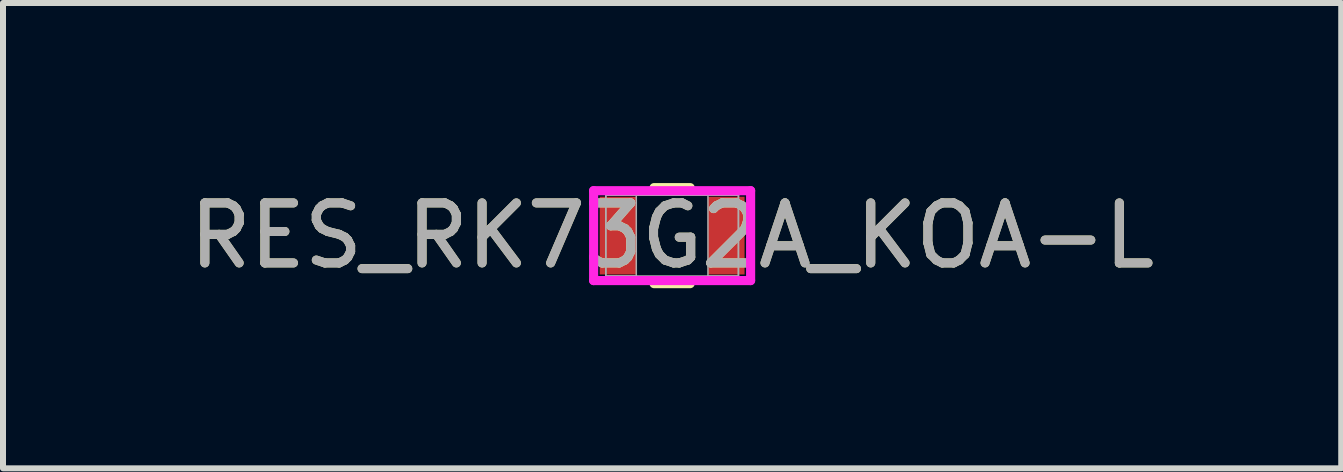
<source format=kicad_pcb>
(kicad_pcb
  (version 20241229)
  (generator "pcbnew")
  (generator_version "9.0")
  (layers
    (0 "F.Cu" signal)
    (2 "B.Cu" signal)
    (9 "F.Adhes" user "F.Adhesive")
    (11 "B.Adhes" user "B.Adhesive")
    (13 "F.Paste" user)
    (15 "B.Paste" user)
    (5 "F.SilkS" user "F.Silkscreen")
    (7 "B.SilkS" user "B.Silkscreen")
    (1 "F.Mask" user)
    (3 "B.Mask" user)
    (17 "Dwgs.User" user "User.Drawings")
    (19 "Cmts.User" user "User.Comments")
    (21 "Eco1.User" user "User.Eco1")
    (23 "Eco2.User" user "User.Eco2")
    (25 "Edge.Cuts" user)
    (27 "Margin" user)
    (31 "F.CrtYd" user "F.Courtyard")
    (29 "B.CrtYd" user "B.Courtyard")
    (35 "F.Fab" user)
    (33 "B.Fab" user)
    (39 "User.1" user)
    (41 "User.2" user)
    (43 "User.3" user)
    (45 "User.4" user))
  (footprint "RES_RK73G2A_KOA-L"
    (layer "F.Cu")
    (at 8.149 0.876)
    (property "Reference" "RES_RK73G2A_KOA-L" (at 0 0 0) (unlocked yes) (layer "F.SilkS") (effects (font (size 1 1) (thickness 0.15))))
    (attr smd)
    (fp_line (start -0.301 0.8) (end 0.301 0.8) (stroke (width 0.152) (type solid)) (layer "F.SilkS"))
    (fp_line (start 0.301 -0.8) (end -0.301 -0.8) (stroke (width 0.152) (type solid)) (layer "F.SilkS"))
    (fp_line (start -1.308 -0.749) (end 1.308 -0.749) (stroke (width 0.152) (type solid)) (layer "F.CrtYd"))
    (fp_line (start -1.308 0.749) (end -1.308 -0.749) (stroke (width 0.152) (type solid)) (layer "F.CrtYd"))
    (fp_line (start 1.308 -0.749) (end 1.308 0.749) (stroke (width 0.152) (type solid)) (layer "F.CrtYd"))
    (fp_line (start 1.308 0.749) (end -1.308 0.749) (stroke (width 0.152) (type solid)) (layer "F.CrtYd"))
    (fp_line (start -1.105 -0.673) (end -1.105 0.673) (stroke (width 0.025) (type solid)) (layer "F.Fab"))
    (fp_line (start -1.105 -0.673) (end -1.105 0.673) (stroke (width 0.025) (type solid)) (layer "F.Fab"))
    (fp_line (start -1.105 0.673) (end -0.597 0.673) (stroke (width 0.025) (type solid)) (layer "F.Fab"))
    (fp_line (start -1.105 0.673) (end 1.105 0.673) (stroke (width 0.025) (type solid)) (layer "F.Fab"))
    (fp_line (start -0.597 -0.673) (end -1.105 -0.673) (stroke (width 0.025) (type solid)) (layer "F.Fab"))
    (fp_line (start -0.597 0.673) (end -0.597 -0.673) (stroke (width 0.025) (type solid)) (layer "F.Fab"))
    (fp_line (start 0.597 -0.673) (end 0.597 0.673) (stroke (width 0.025) (type solid)) (layer "F.Fab"))
    (fp_line (start 0.597 0.673) (end 1.105 0.673) (stroke (width 0.025) (type solid)) (layer "F.Fab"))
    (fp_line (start 1.105 -0.673) (end -1.105 -0.673) (stroke (width 0.025) (type solid)) (layer "F.Fab"))
    (fp_line (start 1.105 -0.673) (end 0.597 -0.673) (stroke (width 0.025) (type solid)) (layer "F.Fab"))
    (fp_line (start 1.105 0.673) (end 1.105 -0.673) (stroke (width 0.025) (type solid)) (layer "F.Fab"))
    (fp_line (start 1.105 0.673) (end 1.105 -0.673) (stroke (width 0.025) (type solid)) (layer "F.Fab"))
    (fp_text user "${REFERENCE}" (at 0 0 0) (unlocked yes) (layer "F.Fab") (effects (font (size 1 1) (thickness 0.15))))
    (pad "1" smd rect (at -0.902 0) (size 0.61 1.295) (layers "F.Cu" "F.Mask" "F.Paste"))
    (pad "2" smd rect (at 0.902 0) (size 0.61 1.295) (layers "F.Cu" "F.Mask" "F.Paste"))
    (zone (net_name "") (layer "F.Cu") (hatch full 0.508) (connect_pads) (min_thickness 0.254) (filled_areas_thickness no) (keepout (tracks not_allowed) (vias not_allowed) (pads allowed) (copperpour not_allowed) (footprints allowed)) (placement (enabled no)) (fill) (polygon (pts (xy 7.603 0.254) (xy 8.695 0.254) (xy 8.695 1.499) (xy 7.603 1.499)))))
  (gr_rect
    (start -3 -3)
    (end 19.298 4.753)
    (stroke (width 0.1) (type default))
    (fill no)
    (layer "Edge.Cuts")))
</source>
